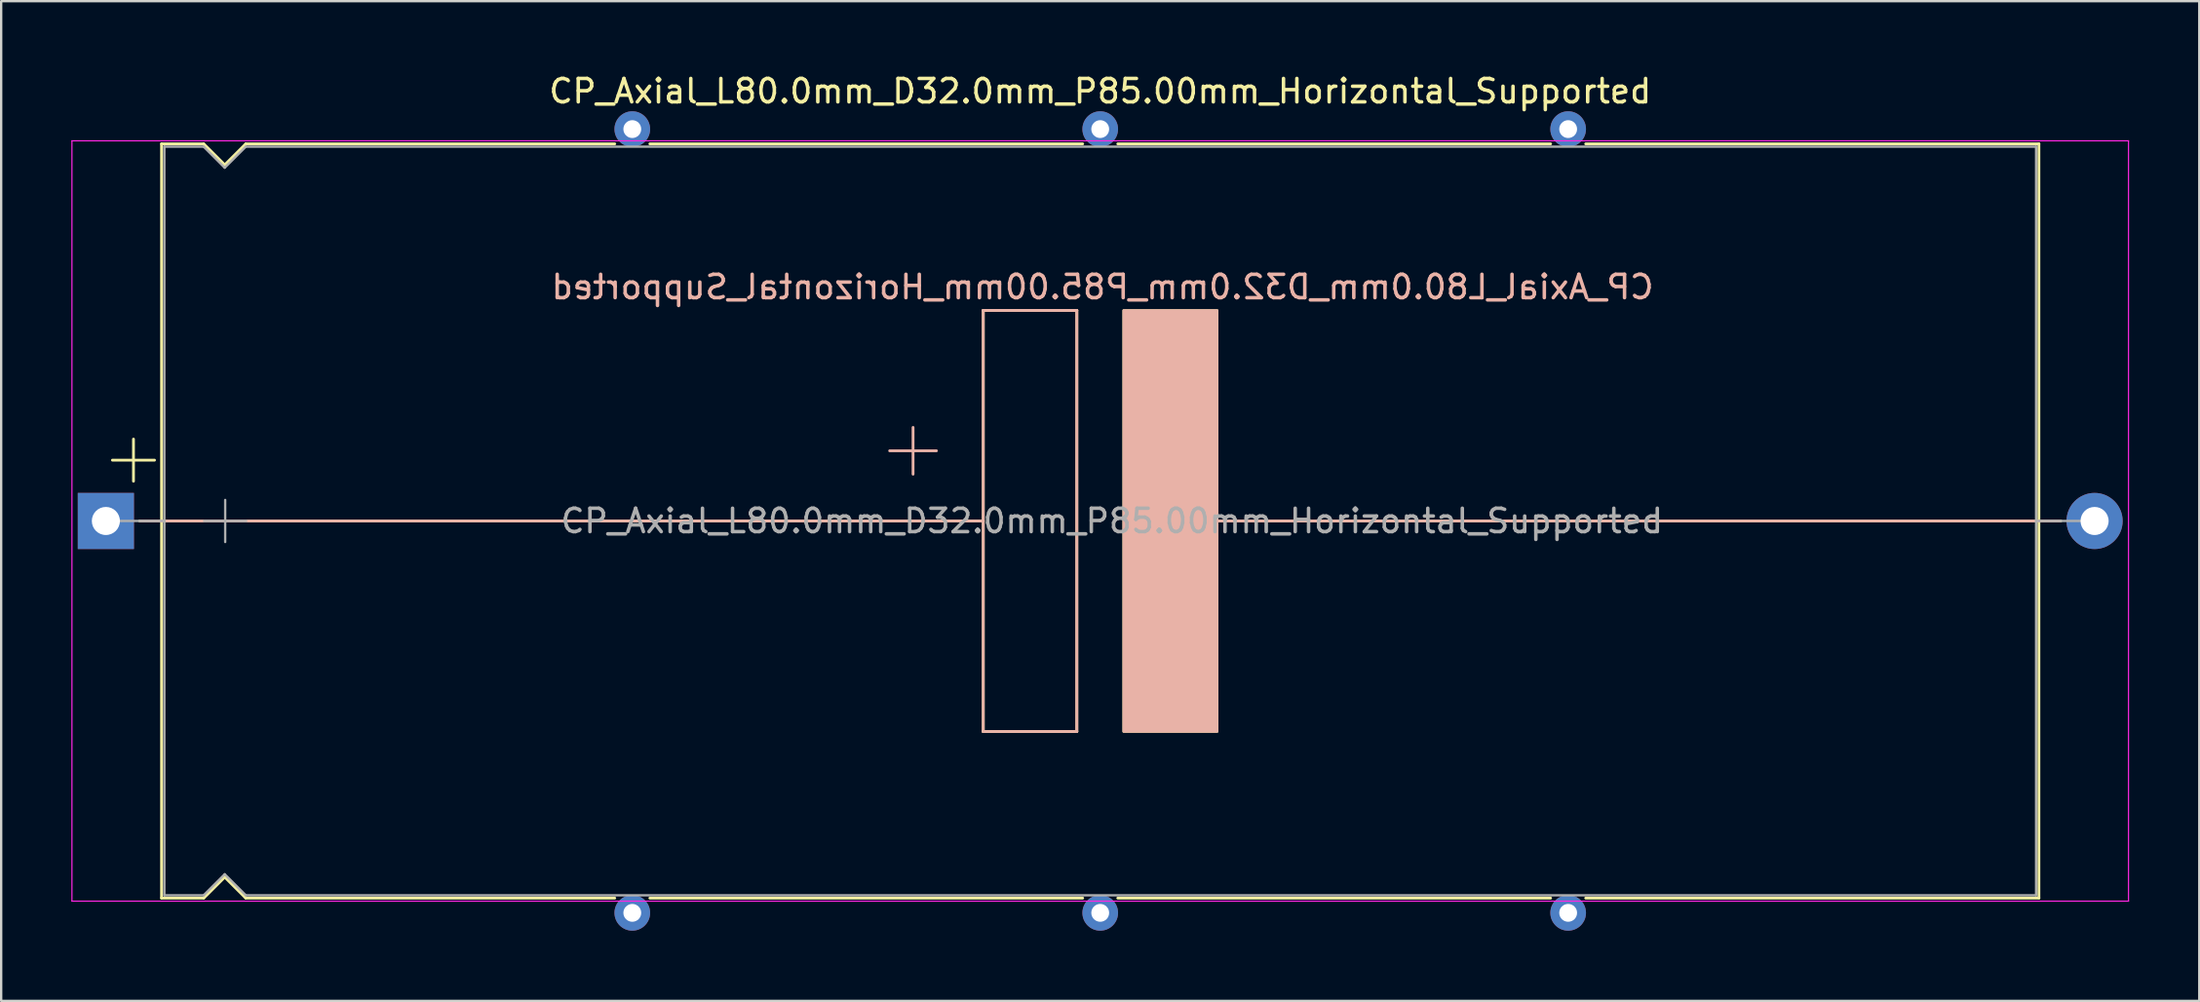
<source format=kicad_pcb>
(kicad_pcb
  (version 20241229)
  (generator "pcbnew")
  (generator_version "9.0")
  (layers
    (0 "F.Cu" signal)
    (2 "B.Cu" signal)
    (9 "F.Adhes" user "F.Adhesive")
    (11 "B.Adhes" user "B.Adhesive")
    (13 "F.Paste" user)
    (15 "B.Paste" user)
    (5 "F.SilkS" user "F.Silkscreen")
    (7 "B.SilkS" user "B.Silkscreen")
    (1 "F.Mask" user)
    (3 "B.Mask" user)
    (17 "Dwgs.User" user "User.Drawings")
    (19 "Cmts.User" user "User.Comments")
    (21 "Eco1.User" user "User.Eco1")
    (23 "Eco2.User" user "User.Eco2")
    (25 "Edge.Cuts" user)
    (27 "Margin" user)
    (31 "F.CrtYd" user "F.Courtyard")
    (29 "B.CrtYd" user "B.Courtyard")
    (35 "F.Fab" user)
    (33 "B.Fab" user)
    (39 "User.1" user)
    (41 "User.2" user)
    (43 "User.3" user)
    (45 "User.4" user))
  (footprint "CP_Axial_L80.0mm_D32.0mm_P85.00mm_Horizontal_Supported"
    (layer "F.Cu")
    (at 1.475 19.218)
    (property "Reference" "CP_Axial_L80.0mm_D32.0mm_P85.00mm_Horizontal_Supported" (at 42.5 -18.37 0) (layer "F.SilkS") (effects (font (size 1 1) (thickness 0.15))))
    (fp_line (start 0.28 -2.6) (end 2.08 -2.6) (stroke (width 0.12) (type solid)) (layer "F.SilkS"))
    (fp_line (start 1.18 -3.5) (end 1.18 -1.7) (stroke (width 0.12) (type solid)) (layer "F.SilkS"))
    (fp_line (start 1.44 0) (end 2.38 0) (stroke (width 0.12) (type solid)) (layer "F.SilkS"))
    (fp_line (start 2.38 -16.12) (end 2.38 16.12) (stroke (width 0.12) (type solid)) (layer "F.SilkS"))
    (fp_line (start 2.38 -16.12) (end 4.18 -16.12) (stroke (width 0.12) (type solid)) (layer "F.SilkS"))
    (fp_line (start 2.38 0) (end 37.5 0) (stroke (width 0.12) (type solid)) (layer "F.SilkS"))
    (fp_line (start 2.38 16.12) (end 4.18 16.12) (stroke (width 0.12) (type solid)) (layer "F.SilkS"))
    (fp_line (start 4.18 -16.12) (end 5.08 -15.22) (stroke (width 0.12) (type solid)) (layer "F.SilkS"))
    (fp_line (start 4.18 16.12) (end 5.08 15.22) (stroke (width 0.12) (type solid)) (layer "F.SilkS"))
    (fp_line (start 5.08 -15.22) (end 5.98 -16.12) (stroke (width 0.12) (type solid)) (layer "F.SilkS"))
    (fp_line (start 5.08 15.22) (end 5.98 16.12) (stroke (width 0.12) (type solid)) (layer "F.SilkS"))
    (fp_line (start 5.98 -16.12) (end 21.75 -16.12) (stroke (width 0.12) (type solid)) (layer "F.SilkS"))
    (fp_line (start 5.98 16.12) (end 21.75 16.12) (stroke (width 0.12) (type solid)) (layer "F.SilkS"))
    (fp_line (start 23.25 -16.12) (end 41.75 -16.12) (stroke (width 0.12) (type solid)) (layer "F.SilkS"))
    (fp_line (start 23.25 16.12) (end 41.75 16.12) (stroke (width 0.12) (type solid)) (layer "F.SilkS"))
    (fp_line (start 37.5 -9) (end 41.5 -9) (stroke (width 0.12) (type solid)) (layer "F.SilkS"))
    (fp_line (start 37.5 9) (end 37.5 -9) (stroke (width 0.12) (type solid)) (layer "F.SilkS"))
    (fp_line (start 41.5 -9) (end 41.5 9) (stroke (width 0.12) (type solid)) (layer "F.SilkS"))
    (fp_line (start 41.5 9) (end 37.5 9) (stroke (width 0.12) (type solid)) (layer "F.SilkS"))
    (fp_line (start 43.25 -16.12) (end 61.75 -16.12) (stroke (width 0.12) (type solid)) (layer "F.SilkS"))
    (fp_line (start 43.25 16.12) (end 61.75 16.12) (stroke (width 0.12) (type solid)) (layer "F.SilkS"))
    (fp_line (start 47 0) (end 82.62 0) (stroke (width 0.12) (type solid)) (layer "F.SilkS"))
    (fp_line (start 63.25 -16.12) (end 82.62 -16.12) (stroke (width 0.12) (type solid)) (layer "F.SilkS"))
    (fp_line (start 63.25 16.12) (end 82.62 16.12) (stroke (width 0.12) (type solid)) (layer "F.SilkS"))
    (fp_line (start 82.62 -16.12) (end 82.62 16.12) (stroke (width 0.12) (type solid)) (layer "F.SilkS"))
    (fp_line (start 83.56 0) (end 82.62 0) (stroke (width 0.12) (type solid)) (layer "F.SilkS"))
    (fp_poly (pts (xy 47.5 9) (xy 43.5 9) (xy 43.5 -9) (xy 47.5 -9)) (stroke (width 0.1) (type solid)) (fill yes) (layer "F.SilkS"))
    (fp_line (start 1.5 0) (end 9.38 0) (stroke (width 0.12) (type solid)) (layer "B.SilkS"))
    (fp_line (start 9.38 0) (end 37.5 0) (stroke (width 0.12) (type solid)) (layer "B.SilkS"))
    (fp_line (start 34.5 -2) (end 34.5 -4) (stroke (width 0.12) (type solid)) (layer "B.SilkS"))
    (fp_line (start 35.5 -3) (end 33.5 -3) (stroke (width 0.12) (type solid)) (layer "B.SilkS"))
    (fp_line (start 37.5 -9) (end 41.5 -9) (stroke (width 0.12) (type solid)) (layer "B.SilkS"))
    (fp_line (start 37.5 9) (end 37.5 -9) (stroke (width 0.12) (type solid)) (layer "B.SilkS"))
    (fp_line (start 41.5 -9) (end 41.5 9) (stroke (width 0.12) (type solid)) (layer "B.SilkS"))
    (fp_line (start 41.5 9) (end 37.5 9) (stroke (width 0.12) (type solid)) (layer "B.SilkS"))
    (fp_line (start 47.5 0) (end 76.62 0) (stroke (width 0.12) (type solid)) (layer "B.SilkS"))
    (fp_line (start 83.5 0) (end 76.62 0) (stroke (width 0.12) (type solid)) (layer "B.SilkS"))
    (fp_poly (pts (xy 47.5 9) (xy 43.5 9) (xy 43.5 -9) (xy 47.5 -9)) (stroke (width 0.1) (type solid)) (fill yes) (layer "B.SilkS"))
    (fp_line (start -1.45 -16.25) (end -1.45 16.25) (stroke (width 0.05) (type solid)) (layer "F.CrtYd"))
    (fp_line (start -1.45 16.25) (end 86.45 16.25) (stroke (width 0.05) (type solid)) (layer "F.CrtYd"))
    (fp_line (start 86.45 -16.25) (end -1.45 -16.25) (stroke (width 0.05) (type solid)) (layer "F.CrtYd"))
    (fp_line (start 86.45 16.25) (end 86.45 -16.25) (stroke (width 0.05) (type solid)) (layer "F.CrtYd"))
    (fp_line (start 0 0) (end 2.5 0) (stroke (width 0.1) (type solid)) (layer "F.Fab"))
    (fp_line (start 2.5 -16) (end 2.5 16) (stroke (width 0.1) (type solid)) (layer "F.Fab"))
    (fp_line (start 2.5 -16) (end 4.18 -16) (stroke (width 0.1) (type solid)) (layer "F.Fab"))
    (fp_line (start 2.5 16) (end 4.18 16) (stroke (width 0.1) (type solid)) (layer "F.Fab"))
    (fp_line (start 4.18 -16) (end 5.08 -15.1) (stroke (width 0.1) (type solid)) (layer "F.Fab"))
    (fp_line (start 4.18 16) (end 5.08 15.1) (stroke (width 0.1) (type solid)) (layer "F.Fab"))
    (fp_line (start 4.2 0) (end 6 0) (stroke (width 0.1) (type solid)) (layer "F.Fab"))
    (fp_line (start 5.08 -15.1) (end 5.98 -16) (stroke (width 0.1) (type solid)) (layer "F.Fab"))
    (fp_line (start 5.08 15.1) (end 5.98 16) (stroke (width 0.1) (type solid)) (layer "F.Fab"))
    (fp_line (start 5.1 -0.9) (end 5.1 0.9) (stroke (width 0.1) (type solid)) (layer "F.Fab"))
    (fp_line (start 5.98 -16) (end 82.5 -16) (stroke (width 0.1) (type solid)) (layer "F.Fab"))
    (fp_line (start 5.98 16) (end 82.5 16) (stroke (width 0.1) (type solid)) (layer "F.Fab"))
    (fp_line (start 82.5 -16) (end 82.5 16) (stroke (width 0.1) (type solid)) (layer "F.Fab"))
    (fp_line (start 85 0) (end 82.5 0) (stroke (width 0.1) (type solid)) (layer "F.Fab"))
    (fp_text user "${REFERENCE}" (at 42.6 -10 0) (layer "B.SilkS") (effects (font (size 1 1) (thickness 0.15)) (justify mirror)))
    (fp_text user "${REFERENCE}" (at 43 0 0) (layer "F.Fab") (effects (font (size 1 1) (thickness 0.15))))
    (pad "" thru_hole circle (at 22.5 -16.75) (size 1.524 1.524) (drill 0.762) (layers "*.Cu" "*.Mask"))
    (pad "" thru_hole circle (at 22.5 16.75) (size 1.524 1.524) (drill 0.762) (layers "*.Cu" "*.Mask"))
    (pad "" thru_hole circle (at 42.5 -16.75) (size 1.524 1.524) (drill 0.762) (layers "*.Cu" "*.Mask"))
    (pad "" thru_hole circle (at 42.5 16.75) (size 1.524 1.524) (drill 0.762) (layers "*.Cu" "*.Mask"))
    (pad "" thru_hole circle (at 62.5 -16.75) (size 1.524 1.524) (drill 0.762) (layers "*.Cu" "*.Mask"))
    (pad "" thru_hole circle (at 62.5 16.75) (size 1.524 1.524) (drill 0.762) (layers "*.Cu" "*.Mask"))
    (pad "1" thru_hole rect (at 0 0) (size 2.4 2.4) (drill 1.2) (layers "*.Cu" "*.Mask"))
    (pad "2" thru_hole oval (at 85 0) (size 2.4 2.4) (drill 1.2) (layers "*.Cu" "*.Mask")))
  (gr_rect
    (start -3 -3)
    (end 90.95 39.73)
    (stroke (width 0.1) (type default))
    (fill no)
    (layer "Edge.Cuts")))
</source>
